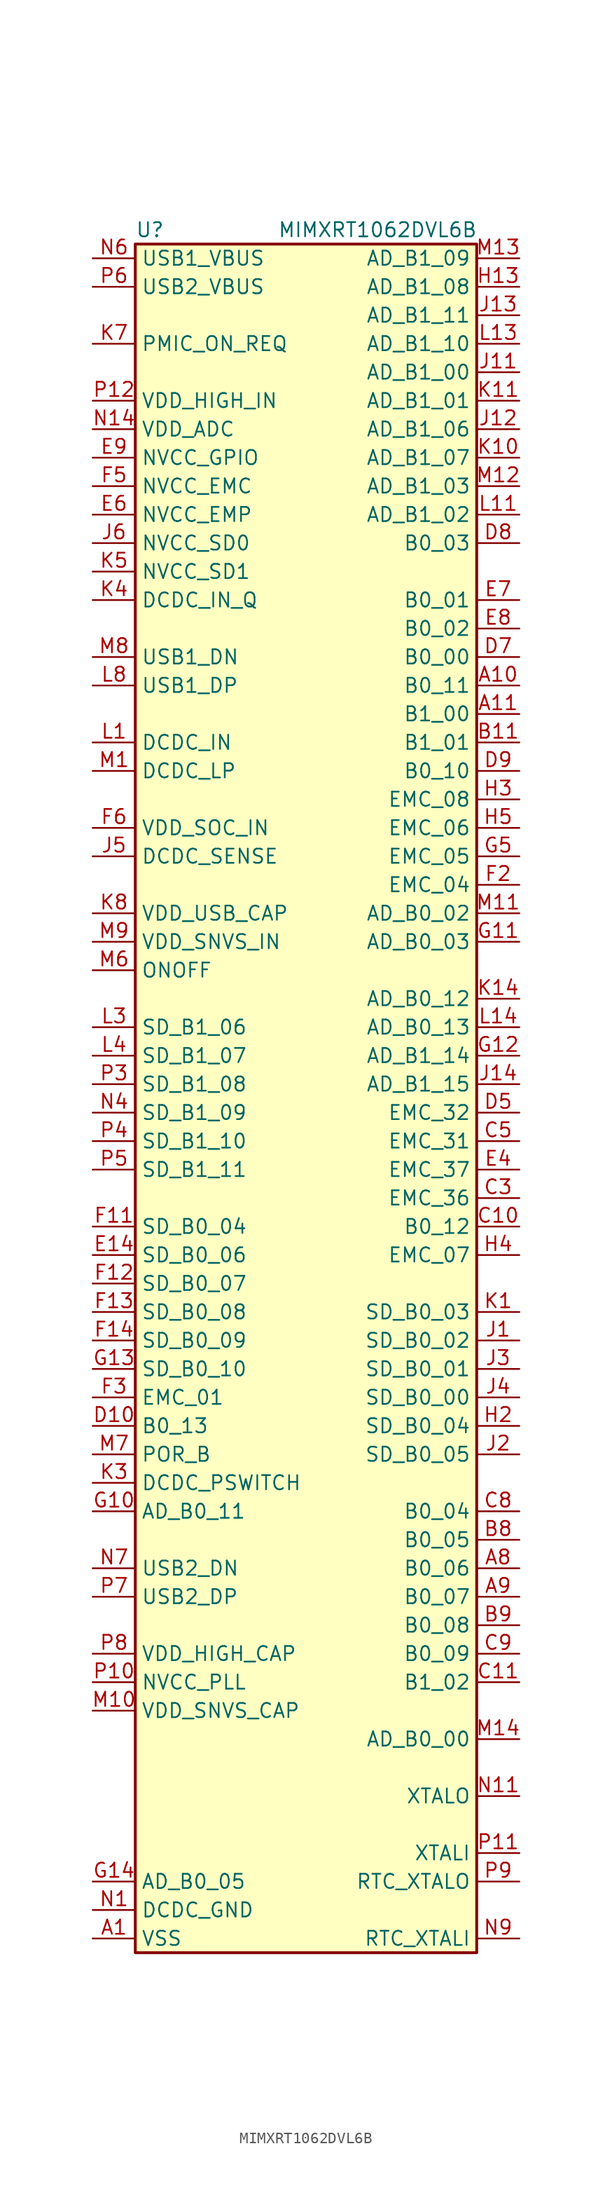
<source format=kicad_sym>
(kicad_symbol_lib
  (version 20241209)
  (generator "kicad_symbol_editor")
  (generator_version "9.0")
  (symbol "MIMXRT1062DVL6B"
    (property "Reference" "U"
      (at -15.24 48.26 0)
      (effects (font (size 1.27 1.27)) (justify left)))
    (property "Value" "MIMXRT1062DVL6B"
      (at -2.54 48.26 0)
      (effects (font (size 1.27 1.27)) (justify left)))
    (symbol "MIMXRT1062DVL6B_1_1"
      (rectangle (start -15.24 46.99) (end 15.24 -105.41) (stroke (width 0.254) (type default)) (fill (type background)))
      (pin power_in line (at -19.05 45.72 0) (length 3.81) (name "USB1_VBUS" (effects (font (size 1.27 1.27)))) (number "N6" (effects (font (size 1.27 1.27)))))
      (pin power_in line (at -19.05 43.18 0) (length 3.81) (name "USB2_VBUS" (effects (font (size 1.27 1.27)))) (number "P6" (effects (font (size 1.27 1.27)))))
      (pin output line (at -19.05 38.1 0) (length 3.81) (name "PMIC_ON_REQ" (effects (font (size 1.27 1.27)))) (number "K7" (effects (font (size 1.27 1.27)))))
      (pin power_in line (at -19.05 33.02 0) (length 3.81) (name "VDD_HIGH_IN" (effects (font (size 1.27 1.27)))) (number "P12" (effects (font (size 1.27 1.27)))))
      (pin power_in line (at -19.05 30.48 0) (length 3.81) (name "VDD_ADC" (effects (font (size 1.27 1.27)))) (number "N14" (effects (font (size 1.27 1.27)))))
      (pin power_in line (at -19.05 27.94 0) (length 3.81) (name "NVCC_GPIO" (effects (font (size 1.27 1.27)))) (number "E9" (effects (font (size 1.27 1.27)))))
      (pin power_in line (at -19.05 27.94 0) (length 3.81) (hide yes) (name "NVCC_GPIO" (effects (font (size 1.27 1.27)))) (number "F10" (effects (font (size 1.27 1.27)))))
      (pin power_in line (at -19.05 27.94 0) (length 3.81) (hide yes) (name "NVCC_GPIO" (effects (font (size 1.27 1.27)))) (number "J10" (effects (font (size 1.27 1.27)))))
      (pin power_in line (at -19.05 25.4 0) (length 3.81) (name "NVCC_EMC" (effects (font (size 1.27 1.27)))) (number "F5" (effects (font (size 1.27 1.27)))))
      (pin power_in line (at -19.05 22.86 0) (length 3.81) (name "NVCC_EMP" (effects (font (size 1.27 1.27)))) (number "E6" (effects (font (size 1.27 1.27)))))
      (pin power_in line (at -19.05 20.32 0) (length 3.81) (name "NVCC_SD0" (effects (font (size 1.27 1.27)))) (number "J6" (effects (font (size 1.27 1.27)))))
      (pin power_in line (at -19.05 17.78 0) (length 3.81) (name "NVCC_SD1" (effects (font (size 1.27 1.27)))) (number "K5" (effects (font (size 1.27 1.27)))))
      (pin power_in line (at -19.05 15.24 0) (length 3.81) (name "DCDC_IN_Q" (effects (font (size 1.27 1.27)))) (number "K4" (effects (font (size 1.27 1.27)))))
      (pin bidirectional line (at -19.05 10.16 0) (length 3.81) (name "USB1_DN" (effects (font (size 1.27 1.27)))) (number "M8" (effects (font (size 1.27 1.27)))))
      (pin bidirectional line (at -19.05 7.62 0) (length 3.81) (name "USB1_DP" (effects (font (size 1.27 1.27)))) (number "L8" (effects (font (size 1.27 1.27)))))
      (pin power_in line (at -19.05 2.54 0) (length 3.81) (name "DCDC_IN" (effects (font (size 1.27 1.27)))) (number "L1" (effects (font (size 1.27 1.27)))))
      (pin power_in line (at -19.05 2.54 0) (length 3.81) (hide yes) (name "DCDC_IN" (effects (font (size 1.27 1.27)))) (number "L2" (effects (font (size 1.27 1.27)))))
      (pin power_in line (at -19.05 0 0) (length 3.81) (name "DCDC_LP" (effects (font (size 1.27 1.27)))) (number "M1" (effects (font (size 1.27 1.27)))))
      (pin power_in line (at -19.05 0 0) (length 3.81) (hide yes) (name "DCDC_LP" (effects (font (size 1.27 1.27)))) (number "M2" (effects (font (size 1.27 1.27)))))
      (pin power_in line (at -19.05 -5.08 0) (length 3.81) (name "VDD_SOC_IN" (effects (font (size 1.27 1.27)))) (number "F6" (effects (font (size 1.27 1.27)))))
      (pin power_in line (at -19.05 -5.08 0) (length 3.81) (hide yes) (name "VDD_SOC_IN" (effects (font (size 1.27 1.27)))) (number "F7" (effects (font (size 1.27 1.27)))))
      (pin power_in line (at -19.05 -5.08 0) (length 3.81) (hide yes) (name "VDD_SOC_IN" (effects (font (size 1.27 1.27)))) (number "F8" (effects (font (size 1.27 1.27)))))
      (pin power_in line (at -19.05 -5.08 0) (length 3.81) (hide yes) (name "VDD_SOC_IN" (effects (font (size 1.27 1.27)))) (number "F9" (effects (font (size 1.27 1.27)))))
      (pin power_in line (at -19.05 -5.08 0) (length 3.81) (hide yes) (name "VDD_SOC_IN" (effects (font (size 1.27 1.27)))) (number "G6" (effects (font (size 1.27 1.27)))))
      (pin power_in line (at -19.05 -5.08 0) (length 3.81) (hide yes) (name "VDD_SOC_IN" (effects (font (size 1.27 1.27)))) (number "G9" (effects (font (size 1.27 1.27)))))
      (pin power_in line (at -19.05 -5.08 0) (length 3.81) (hide yes) (name "VDD_SOC_IN" (effects (font (size 1.27 1.27)))) (number "H6" (effects (font (size 1.27 1.27)))))
      (pin power_in line (at -19.05 -5.08 0) (length 3.81) (hide yes) (name "VDD_SOC_IN" (effects (font (size 1.27 1.27)))) (number "H9" (effects (font (size 1.27 1.27)))))
      (pin power_in line (at -19.05 -5.08 0) (length 3.81) (hide yes) (name "VDD_SOC_IN" (effects (font (size 1.27 1.27)))) (number "J9" (effects (font (size 1.27 1.27)))))
      (pin power_in line (at -19.05 -7.62 0) (length 3.81) (name "DCDC_SENSE" (effects (font (size 1.27 1.27)))) (number "J5" (effects (font (size 1.27 1.27)))))
      (pin power_in line (at -19.05 -12.7 0) (length 3.81) (name "VDD_USB_CAP" (effects (font (size 1.27 1.27)))) (number "K8" (effects (font (size 1.27 1.27)))))
      (pin power_in line (at -19.05 -15.24 0) (length 3.81) (name "VDD_SNVS_IN" (effects (font (size 1.27 1.27)))) (number "M9" (effects (font (size 1.27 1.27)))))
      (pin bidirectional line (at -19.05 -17.78 0) (length 3.81) (name "ONOFF" (effects (font (size 1.27 1.27)))) (number "M6" (effects (font (size 1.27 1.27)))))
      (pin bidirectional line (at -19.05 -22.86 0) (length 3.81) (name "SD_B1_06" (effects (font (size 1.27 1.27)))) (number "L3" (effects (font (size 1.27 1.27)))))
      (pin bidirectional line (at -19.05 -25.4 0) (length 3.81) (name "SD_B1_07" (effects (font (size 1.27 1.27)))) (number "L4" (effects (font (size 1.27 1.27)))))
      (pin bidirectional line (at -19.05 -27.94 0) (length 3.81) (name "SD_B1_08" (effects (font (size 1.27 1.27)))) (number "P3" (effects (font (size 1.27 1.27)))))
      (pin bidirectional line (at -19.05 -30.48 0) (length 3.81) (name "SD_B1_09" (effects (font (size 1.27 1.27)))) (number "N4" (effects (font (size 1.27 1.27)))))
      (pin bidirectional line (at -19.05 -33.02 0) (length 3.81) (name "SD_B1_10" (effects (font (size 1.27 1.27)))) (number "P4" (effects (font (size 1.27 1.27)))))
      (pin bidirectional line (at -19.05 -35.56 0) (length 3.81) (name "SD_B1_11" (effects (font (size 1.27 1.27)))) (number "P5" (effects (font (size 1.27 1.27)))))
      (pin bidirectional line (at -19.05 -40.64 0) (length 3.81) (name "SD_B0_04" (effects (font (size 1.27 1.27)))) (number "F11" (effects (font (size 1.27 1.27)))))
      (pin bidirectional line (at -19.05 -43.18 0) (length 3.81) (name "SD_B0_06" (effects (font (size 1.27 1.27)))) (number "E14" (effects (font (size 1.27 1.27)))))
      (pin bidirectional line (at -19.05 -45.72 0) (length 3.81) (name "SD_B0_07" (effects (font (size 1.27 1.27)))) (number "F12" (effects (font (size 1.27 1.27)))))
      (pin bidirectional line (at -19.05 -48.26 0) (length 3.81) (name "SD_B0_08" (effects (font (size 1.27 1.27)))) (number "F13" (effects (font (size 1.27 1.27)))))
      (pin bidirectional line (at -19.05 -50.8 0) (length 3.81) (name "SD_B0_09" (effects (font (size 1.27 1.27)))) (number "F14" (effects (font (size 1.27 1.27)))))
      (pin bidirectional line (at -19.05 -53.34 0) (length 3.81) (name "SD_B0_10" (effects (font (size 1.27 1.27)))) (number "G13" (effects (font (size 1.27 1.27)))))
      (pin bidirectional line (at -19.05 -55.88 0) (length 3.81) (name "EMC_01" (effects (font (size 1.27 1.27)))) (number "F3" (effects (font (size 1.27 1.27)))))
      (pin bidirectional line (at -19.05 -58.42 0) (length 3.81) (name "B0_13" (effects (font (size 1.27 1.27)))) (number "D10" (effects (font (size 1.27 1.27)))))
      (pin bidirectional line (at -19.05 -60.96 0) (length 3.81) (name "POR_B" (effects (font (size 1.27 1.27)))) (number "M7" (effects (font (size 1.27 1.27)))))
      (pin power_in line (at -19.05 -63.5 0) (length 3.81) (name "DCDC_PSWITCH" (effects (font (size 1.27 1.27)))) (number "K3" (effects (font (size 1.27 1.27)))))
      (pin bidirectional line (at -19.05 -66.04 0) (length 3.81) (name "AD_B0_11" (effects (font (size 1.27 1.27)))) (number "G10" (effects (font (size 1.27 1.27)))))
      (pin bidirectional line (at -19.05 -71.12 0) (length 3.81) (name "USB2_DN" (effects (font (size 1.27 1.27)))) (number "N7" (effects (font (size 1.27 1.27)))))
      (pin bidirectional line (at -19.05 -73.66 0) (length 3.81) (name "USB2_DP" (effects (font (size 1.27 1.27)))) (number "P7" (effects (font (size 1.27 1.27)))))
      (pin power_in line (at -19.05 -78.74 0) (length 3.81) (name "VDD_HIGH_CAP" (effects (font (size 1.27 1.27)))) (number "P8" (effects (font (size 1.27 1.27)))))
      (pin power_in line (at -19.05 -81.28 0) (length 3.81) (name "NVCC_PLL" (effects (font (size 1.27 1.27)))) (number "P10" (effects (font (size 1.27 1.27)))))
      (pin power_in line (at -19.05 -83.82 0) (length 3.81) (name "VDD_SNVS_CAP" (effects (font (size 1.27 1.27)))) (number "M10" (effects (font (size 1.27 1.27)))))
      (pin power_in line (at -19.05 -99.06 0) (length 3.81) (name "AD_B0_05" (effects (font (size 1.27 1.27)))) (number "G14" (effects (font (size 1.27 1.27)))))
      (pin power_in line (at -19.05 -101.6 0) (length 3.81) (name "DCDC_GND" (effects (font (size 1.27 1.27)))) (number "N1" (effects (font (size 1.27 1.27)))))
      (pin power_in line (at -19.05 -101.6 0) (length 3.81) (hide yes) (name "DCDC_GND" (effects (font (size 1.27 1.27)))) (number "N2" (effects (font (size 1.27 1.27)))))
      (pin power_in line (at -19.05 -104.14 0) (length 3.81) (name "VSS" (effects (font (size 1.27 1.27)))) (number "A1" (effects (font (size 1.27 1.27)))))
      (pin power_in line (at -19.05 -104.14 0) (length 3.81) (hide yes) (name "VSS" (effects (font (size 1.27 1.27)))) (number "A14" (effects (font (size 1.27 1.27)))))
      (pin power_in line (at -19.05 -104.14 0) (length 3.81) (hide yes) (name "VSS" (effects (font (size 1.27 1.27)))) (number "B10" (effects (font (size 1.27 1.27)))))
      (pin power_in line (at -19.05 -104.14 0) (length 3.81) (hide yes) (name "VSS" (effects (font (size 1.27 1.27)))) (number "B5" (effects (font (size 1.27 1.27)))))
      (pin power_in line (at -19.05 -104.14 0) (length 3.81) (hide yes) (name "VSS" (effects (font (size 1.27 1.27)))) (number "E13" (effects (font (size 1.27 1.27)))))
      (pin power_in line (at -19.05 -104.14 0) (length 3.81) (hide yes) (name "VSS" (effects (font (size 1.27 1.27)))) (number "E2" (effects (font (size 1.27 1.27)))))
      (pin power_in line (at -19.05 -104.14 0) (length 3.81) (hide yes) (name "VSS" (effects (font (size 1.27 1.27)))) (number "G7" (effects (font (size 1.27 1.27)))))
      (pin power_in line (at -19.05 -104.14 0) (length 3.81) (hide yes) (name "VSS" (effects (font (size 1.27 1.27)))) (number "G8" (effects (font (size 1.27 1.27)))))
      (pin power_in line (at -19.05 -104.14 0) (length 3.81) (hide yes) (name "VSS" (effects (font (size 1.27 1.27)))) (number "H7" (effects (font (size 1.27 1.27)))))
      (pin power_in line (at -19.05 -104.14 0) (length 3.81) (hide yes) (name "VSS" (effects (font (size 1.27 1.27)))) (number "H8" (effects (font (size 1.27 1.27)))))
      (pin power_in line (at -19.05 -104.14 0) (length 3.81) (hide yes) (name "VSS" (effects (font (size 1.27 1.27)))) (number "J7" (effects (font (size 1.27 1.27)))))
      (pin power_in line (at -19.05 -104.14 0) (length 3.81) (hide yes) (name "VSS" (effects (font (size 1.27 1.27)))) (number "J8" (effects (font (size 1.27 1.27)))))
      (pin power_in line (at -19.05 -104.14 0) (length 3.81) (hide yes) (name "VSS" (effects (font (size 1.27 1.27)))) (number "K13" (effects (font (size 1.27 1.27)))))
      (pin power_in line (at -19.05 -104.14 0) (length 3.81) (hide yes) (name "VSS" (effects (font (size 1.27 1.27)))) (number "K2" (effects (font (size 1.27 1.27)))))
      (pin power_in line (at -19.05 -104.14 0) (length 3.81) (hide yes) (name "VSS" (effects (font (size 1.27 1.27)))) (number "K6" (effects (font (size 1.27 1.27)))))
      (pin power_in line (at -19.05 -104.14 0) (length 3.81) (hide yes) (name "VSS" (effects (font (size 1.27 1.27)))) (number "K9" (effects (font (size 1.27 1.27)))))
      (pin power_in line (at -19.05 -104.14 0) (length 3.81) (hide yes) (name "VSS" (effects (font (size 1.27 1.27)))) (number "L9" (effects (font (size 1.27 1.27)))))
      (pin power_in line (at -19.05 -104.14 0) (length 3.81) (hide yes) (name "VSS" (effects (font (size 1.27 1.27)))) (number "N5" (effects (font (size 1.27 1.27)))))
      (pin power_in line (at -19.05 -104.14 0) (length 3.81) (hide yes) (name "VSS" (effects (font (size 1.27 1.27)))) (number "N8" (effects (font (size 1.27 1.27)))))
      (pin power_in line (at -19.05 -104.14 0) (length 3.81) (hide yes) (name "VSS" (effects (font (size 1.27 1.27)))) (number "P1" (effects (font (size 1.27 1.27)))))
      (pin power_in line (at -19.05 -104.14 0) (length 3.81) (hide yes) (name "VSS" (effects (font (size 1.27 1.27)))) (number "P14" (effects (font (size 1.27 1.27)))))
      (pin bidirectional line (at 19.05 45.72 180) (length 3.81) (name "AD_B1_09" (effects (font (size 1.27 1.27)))) (number "M13" (effects (font (size 1.27 1.27)))))
      (pin bidirectional line (at 19.05 43.18 180) (length 3.81) (name "AD_B1_08" (effects (font (size 1.27 1.27)))) (number "H13" (effects (font (size 1.27 1.27)))))
      (pin bidirectional line (at 19.05 40.64 180) (length 3.81) (name "AD_B1_11" (effects (font (size 1.27 1.27)))) (number "J13" (effects (font (size 1.27 1.27)))))
      (pin bidirectional line (at 19.05 38.1 180) (length 3.81) (name "AD_B1_10" (effects (font (size 1.27 1.27)))) (number "L13" (effects (font (size 1.27 1.27)))))
      (pin bidirectional line (at 19.05 35.56 180) (length 3.81) (name "AD_B1_00" (effects (font (size 1.27 1.27)))) (number "J11" (effects (font (size 1.27 1.27)))))
      (pin bidirectional line (at 19.05 33.02 180) (length 3.81) (name "AD_B1_01" (effects (font (size 1.27 1.27)))) (number "K11" (effects (font (size 1.27 1.27)))))
      (pin bidirectional line (at 19.05 30.48 180) (length 3.81) (name "AD_B1_06" (effects (font (size 1.27 1.27)))) (number "J12" (effects (font (size 1.27 1.27)))))
      (pin bidirectional line (at 19.05 27.94 180) (length 3.81) (name "AD_B1_07" (effects (font (size 1.27 1.27)))) (number "K10" (effects (font (size 1.27 1.27)))))
      (pin bidirectional line (at 19.05 25.4 180) (length 3.81) (name "AD_B1_03" (effects (font (size 1.27 1.27)))) (number "M12" (effects (font (size 1.27 1.27)))))
      (pin bidirectional line (at 19.05 22.86 180) (length 3.81) (name "AD_B1_02" (effects (font (size 1.27 1.27)))) (number "L11" (effects (font (size 1.27 1.27)))))
      (pin bidirectional line (at 19.05 20.32 180) (length 3.81) (name "B0_03" (effects (font (size 1.27 1.27)))) (number "D8" (effects (font (size 1.27 1.27)))))
      (pin bidirectional line (at 19.05 15.24 180) (length 3.81) (name "B0_01" (effects (font (size 1.27 1.27)))) (number "E7" (effects (font (size 1.27 1.27)))))
      (pin bidirectional line (at 19.05 12.7 180) (length 3.81) (name "B0_02" (effects (font (size 1.27 1.27)))) (number "E8" (effects (font (size 1.27 1.27)))))
      (pin bidirectional line (at 19.05 10.16 180) (length 3.81) (name "B0_00" (effects (font (size 1.27 1.27)))) (number "D7" (effects (font (size 1.27 1.27)))))
      (pin bidirectional line (at 19.05 7.62 180) (length 3.81) (name "B0_11" (effects (font (size 1.27 1.27)))) (number "A10" (effects (font (size 1.27 1.27)))))
      (pin bidirectional line (at 19.05 5.08 180) (length 3.81) (name "B1_00" (effects (font (size 1.27 1.27)))) (number "A11" (effects (font (size 1.27 1.27)))))
      (pin bidirectional line (at 19.05 2.54 180) (length 3.81) (name "B1_01" (effects (font (size 1.27 1.27)))) (number "B11" (effects (font (size 1.27 1.27)))))
      (pin bidirectional line (at 19.05 0 180) (length 3.81) (name "B0_10" (effects (font (size 1.27 1.27)))) (number "D9" (effects (font (size 1.27 1.27)))))
      (pin bidirectional line (at 19.05 -2.54 180) (length 3.81) (name "EMC_08" (effects (font (size 1.27 1.27)))) (number "H3" (effects (font (size 1.27 1.27)))))
      (pin bidirectional line (at 19.05 -5.08 180) (length 3.81) (name "EMC_06" (effects (font (size 1.27 1.27)))) (number "H5" (effects (font (size 1.27 1.27)))))
      (pin bidirectional line (at 19.05 -7.62 180) (length 3.81) (name "EMC_05" (effects (font (size 1.27 1.27)))) (number "G5" (effects (font (size 1.27 1.27)))))
      (pin bidirectional line (at 19.05 -10.16 180) (length 3.81) (name "EMC_04" (effects (font (size 1.27 1.27)))) (number "F2" (effects (font (size 1.27 1.27)))))
      (pin bidirectional line (at 19.05 -12.7 180) (length 3.81) (name "AD_B0_02" (effects (font (size 1.27 1.27)))) (number "M11" (effects (font (size 1.27 1.27)))))
      (pin bidirectional line (at 19.05 -15.24 180) (length 3.81) (name "AD_B0_03" (effects (font (size 1.27 1.27)))) (number "G11" (effects (font (size 1.27 1.27)))))
      (pin bidirectional line (at 19.05 -20.32 180) (length 3.81) (name "AD_B0_12" (effects (font (size 1.27 1.27)))) (number "K14" (effects (font (size 1.27 1.27)))))
      (pin bidirectional line (at 19.05 -22.86 180) (length 3.81) (name "AD_B0_13" (effects (font (size 1.27 1.27)))) (number "L14" (effects (font (size 1.27 1.27)))))
      (pin bidirectional line (at 19.05 -25.4 180) (length 3.81) (name "AD_B1_14" (effects (font (size 1.27 1.27)))) (number "G12" (effects (font (size 1.27 1.27)))))
      (pin bidirectional line (at 19.05 -27.94 180) (length 3.81) (name "AD_B1_15" (effects (font (size 1.27 1.27)))) (number "J14" (effects (font (size 1.27 1.27)))))
      (pin bidirectional line (at 19.05 -30.48 180) (length 3.81) (name "EMC_32" (effects (font (size 1.27 1.27)))) (number "D5" (effects (font (size 1.27 1.27)))))
      (pin bidirectional line (at 19.05 -33.02 180) (length 3.81) (name "EMC_31" (effects (font (size 1.27 1.27)))) (number "C5" (effects (font (size 1.27 1.27)))))
      (pin bidirectional line (at 19.05 -35.56 180) (length 3.81) (name "EMC_37" (effects (font (size 1.27 1.27)))) (number "E4" (effects (font (size 1.27 1.27)))))
      (pin bidirectional line (at 19.05 -38.1 180) (length 3.81) (name "EMC_36" (effects (font (size 1.27 1.27)))) (number "C3" (effects (font (size 1.27 1.27)))))
      (pin bidirectional line (at 19.05 -40.64 180) (length 3.81) (name "B0_12" (effects (font (size 1.27 1.27)))) (number "C10" (effects (font (size 1.27 1.27)))))
      (pin bidirectional line (at 19.05 -43.18 180) (length 3.81) (name "EMC_07" (effects (font (size 1.27 1.27)))) (number "H4" (effects (font (size 1.27 1.27)))))
      (pin bidirectional line (at 19.05 -48.26 180) (length 3.81) (name "SD_B0_03" (effects (font (size 1.27 1.27)))) (number "K1" (effects (font (size 1.27 1.27)))))
      (pin bidirectional line (at 19.05 -50.8 180) (length 3.81) (name "SD_B0_02" (effects (font (size 1.27 1.27)))) (number "J1" (effects (font (size 1.27 1.27)))))
      (pin bidirectional line (at 19.05 -53.34 180) (length 3.81) (name "SD_B0_01" (effects (font (size 1.27 1.27)))) (number "J3" (effects (font (size 1.27 1.27)))))
      (pin bidirectional line (at 19.05 -55.88 180) (length 3.81) (name "SD_B0_00" (effects (font (size 1.27 1.27)))) (number "J4" (effects (font (size 1.27 1.27)))))
      (pin bidirectional line (at 19.05 -58.42 180) (length 3.81) (name "SD_B0_04" (effects (font (size 1.27 1.27)))) (number "H2" (effects (font (size 1.27 1.27)))))
      (pin bidirectional line (at 19.05 -60.96 180) (length 3.81) (name "SD_B0_05" (effects (font (size 1.27 1.27)))) (number "J2" (effects (font (size 1.27 1.27)))))
      (pin bidirectional line (at 19.05 -66.04 180) (length 3.81) (name "B0_04" (effects (font (size 1.27 1.27)))) (number "C8" (effects (font (size 1.27 1.27)))))
      (pin bidirectional line (at 19.05 -68.58 180) (length 3.81) (name "B0_05" (effects (font (size 1.27 1.27)))) (number "B8" (effects (font (size 1.27 1.27)))))
      (pin bidirectional line (at 19.05 -71.12 180) (length 3.81) (name "B0_06" (effects (font (size 1.27 1.27)))) (number "A8" (effects (font (size 1.27 1.27)))))
      (pin bidirectional line (at 19.05 -73.66 180) (length 3.81) (name "B0_07" (effects (font (size 1.27 1.27)))) (number "A9" (effects (font (size 1.27 1.27)))))
      (pin bidirectional line (at 19.05 -76.2 180) (length 3.81) (name "B0_08" (effects (font (size 1.27 1.27)))) (number "B9" (effects (font (size 1.27 1.27)))))
      (pin bidirectional line (at 19.05 -78.74 180) (length 3.81) (name "B0_09" (effects (font (size 1.27 1.27)))) (number "C9" (effects (font (size 1.27 1.27)))))
      (pin bidirectional line (at 19.05 -81.28 180) (length 3.81) (name "B1_02" (effects (font (size 1.27 1.27)))) (number "C11" (effects (font (size 1.27 1.27)))))
      (pin bidirectional line (at 19.05 -86.36 180) (length 3.81) (name "AD_B0_00" (effects (font (size 1.27 1.27)))) (number "M14" (effects (font (size 1.27 1.27)))))
      (pin bidirectional line (at 19.05 -91.44 180) (length 3.81) (name "XTALO" (effects (font (size 1.27 1.27)))) (number "N11" (effects (font (size 1.27 1.27)))))
      (pin bidirectional line (at 19.05 -96.52 180) (length 3.81) (name "XTALI" (effects (font (size 1.27 1.27)))) (number "P11" (effects (font (size 1.27 1.27)))))
      (pin bidirectional line (at 19.05 -99.06 180) (length 3.81) (name "RTC_XTALO" (effects (font (size 1.27 1.27)))) (number "P9" (effects (font (size 1.27 1.27)))))
      (pin bidirectional line (at 19.05 -104.14 180) (length 3.81) (name "RTC_XTALI" (effects (font (size 1.27 1.27)))) (number "N9" (effects (font (size 1.27 1.27))))))))
</source>
